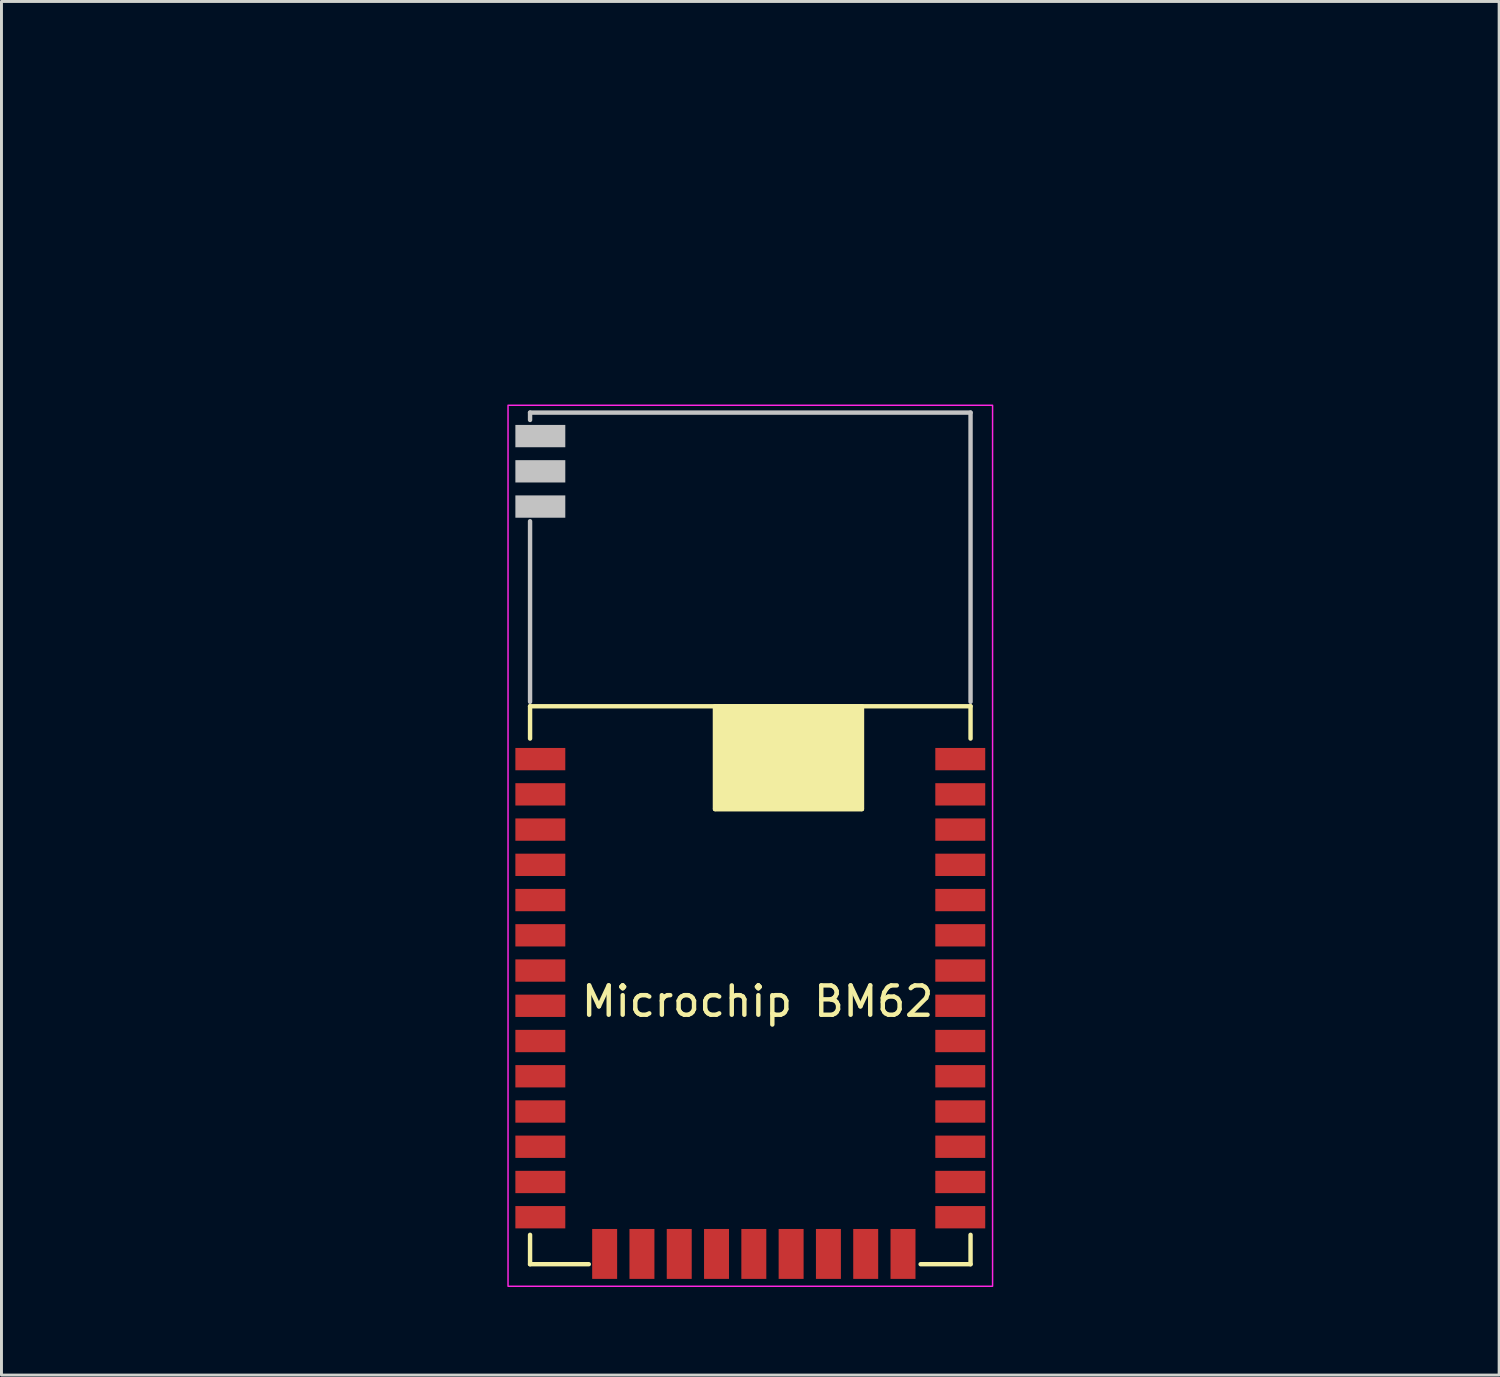
<source format=kicad_pcb>
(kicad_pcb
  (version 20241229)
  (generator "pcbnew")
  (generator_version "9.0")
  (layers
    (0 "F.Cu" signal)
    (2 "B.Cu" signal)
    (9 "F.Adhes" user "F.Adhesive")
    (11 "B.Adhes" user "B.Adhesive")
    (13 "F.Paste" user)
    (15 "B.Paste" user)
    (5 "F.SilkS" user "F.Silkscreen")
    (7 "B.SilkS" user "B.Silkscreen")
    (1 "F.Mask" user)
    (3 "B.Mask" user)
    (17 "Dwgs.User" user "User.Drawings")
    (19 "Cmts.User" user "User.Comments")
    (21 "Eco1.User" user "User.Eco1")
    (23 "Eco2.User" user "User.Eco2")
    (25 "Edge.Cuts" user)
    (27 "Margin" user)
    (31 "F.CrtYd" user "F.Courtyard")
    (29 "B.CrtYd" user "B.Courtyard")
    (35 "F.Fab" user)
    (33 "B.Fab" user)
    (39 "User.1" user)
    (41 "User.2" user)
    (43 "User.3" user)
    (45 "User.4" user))
  (footprint "Microchip BM62"
    (layer "F.Cu")
    (at 15 40)
    (property "Reference" "Microchip BM62" (at 7.75 -8.95 0) (layer "F.SilkS") (effects (font (size 1 1) (thickness 0.15))))
    (attr through_hole)
    (fp_line (start 0 -19) (end 0 -17.9) (stroke (width 0.15) (type solid)) (layer "F.SilkS"))
    (fp_line (start 0 -19) (end 15 -19) (stroke (width 0.15) (type solid)) (layer "F.SilkS"))
    (fp_line (start 0 -1) (end 0 0) (stroke (width 0.15) (type solid)) (layer "F.SilkS"))
    (fp_line (start 0 0) (end 2 0) (stroke (width 0.15) (type solid)) (layer "F.SilkS"))
    (fp_line (start 6.3 -19) (end 6.3 -15.5) (stroke (width 0.15) (type solid)) (layer "F.SilkS"))
    (fp_line (start 6.3 -15.5) (end 11.3 -15.5) (stroke (width 0.15) (type solid)) (layer "F.SilkS"))
    (fp_line (start 11.3 -15.5) (end 11.3 -19) (stroke (width 0.15) (type solid)) (layer "F.SilkS"))
    (fp_line (start 15 -19) (end 15 -17.9) (stroke (width 0.15) (type solid)) (layer "F.SilkS"))
    (fp_line (start 15 -1) (end 15 0) (stroke (width 0.15) (type solid)) (layer "F.SilkS"))
    (fp_line (start 15 0) (end 13.3 0) (stroke (width 0.15) (type solid)) (layer "F.SilkS"))
    (fp_poly (pts (xy 6.3 -19) (xy 11.3 -19) (xy 11.3 -15.5) (xy 6.3 -15.5)) (stroke (width 0.15) (type solid)) (fill yes) (layer "F.SilkS"))
    (fp_line (start 0 -29) (end 15 -29) (stroke (width 0.15) (type solid)) (layer "Dwgs.User"))
    (fp_line (start 0 -28.75) (end 0 -29) (stroke (width 0.15) (type solid)) (layer "Dwgs.User"))
    (fp_line (start 0 -19.15) (end 0 -25.3) (stroke (width 0.15) (type solid)) (layer "Dwgs.User"))
    (fp_line (start 15 -29) (end 15 -19.15) (stroke (width 0.15) (type solid)) (layer "Dwgs.User"))
    (fp_rect (start -0.75 0.75) (end 15.75 -29.25) (stroke (width 0.05) (type default)) (fill no) (layer "F.CrtYd"))
    (pad "" smd trapezoid (at 0.35 -28.2 90) (size 0.76 1.7) (layers "Dwgs.User"))
    (pad "" smd trapezoid (at 0.35 -27 90) (size 0.76 1.7) (layers "Dwgs.User"))
    (pad "" smd trapezoid (at 0.35 -25.8 90) (size 0.76 1.7) (layers "Dwgs.User"))
    (pad "1" smd trapezoid (at 0.35 -17.2 90) (size 0.76 1.7) (layers "F.Cu" "F.Mask" "F.Paste"))
    (pad "2" smd trapezoid (at 0.35 -16 90) (size 0.76 1.7) (layers "F.Cu" "F.Mask" "F.Paste"))
    (pad "3" smd trapezoid (at 0.35 -14.8 90) (size 0.76 1.7) (layers "F.Cu" "F.Mask" "F.Paste"))
    (pad "4" smd trapezoid (at 0.35 -13.6 90) (size 0.76 1.7) (layers "F.Cu" "F.Mask" "F.Paste"))
    (pad "5" smd trapezoid (at 0.35 -12.4 90) (size 0.76 1.7) (layers "F.Cu" "F.Mask" "F.Paste"))
    (pad "6" smd trapezoid (at 0.35 -11.2 90) (size 0.76 1.7) (layers "F.Cu" "F.Mask" "F.Paste"))
    (pad "7" smd trapezoid (at 0.35 -10 90) (size 0.76 1.7) (layers "F.Cu" "F.Mask" "F.Paste"))
    (pad "8" smd trapezoid (at 0.35 -8.8 90) (size 0.76 1.7) (layers "F.Cu" "F.Mask" "F.Paste"))
    (pad "9" smd trapezoid (at 0.35 -7.6 90) (size 0.76 1.7) (layers "F.Cu" "F.Mask" "F.Paste"))
    (pad "10" smd trapezoid (at 0.35 -6.4 90) (size 0.76 1.7) (layers "F.Cu" "F.Mask" "F.Paste"))
    (pad "11" smd trapezoid (at 0.35 -5.2 90) (size 0.76 1.7) (layers "F.Cu" "F.Mask" "F.Paste"))
    (pad "12" smd trapezoid (at 0.35 -4 90) (size 0.76 1.7) (layers "F.Cu" "F.Mask" "F.Paste"))
    (pad "13" smd trapezoid (at 0.35 -2.8 90) (size 0.76 1.7) (layers "F.Cu" "F.Mask" "F.Paste"))
    (pad "14" smd trapezoid (at 0.35 -1.6 90) (size 0.76 1.7) (layers "F.Cu" "F.Mask" "F.Paste"))
    (pad "15" smd trapezoid (at 2.54 -0.35) (size 0.85 1.7) (layers "F.Cu" "F.Mask" "F.Paste"))
    (pad "16" smd trapezoid (at 3.81 -0.35) (size 0.85 1.7) (layers "F.Cu" "F.Mask" "F.Paste"))
    (pad "17" smd trapezoid (at 5.08 -0.35) (size 0.85 1.7) (layers "F.Cu" "F.Mask" "F.Paste"))
    (pad "18" smd trapezoid (at 6.35 -0.35) (size 0.85 1.7) (layers "F.Cu" "F.Mask" "F.Paste"))
    (pad "19" smd trapezoid (at 7.62 -0.35) (size 0.85 1.7) (layers "F.Cu" "F.Mask" "F.Paste"))
    (pad "20" smd trapezoid (at 8.89 -0.35) (size 0.85 1.7) (layers "F.Cu" "F.Mask" "F.Paste"))
    (pad "21" smd trapezoid (at 10.16 -0.35) (size 0.85 1.7) (layers "F.Cu" "F.Mask" "F.Paste"))
    (pad "22" smd trapezoid (at 11.43 -0.35) (size 0.85 1.7) (layers "F.Cu" "F.Mask" "F.Paste"))
    (pad "23" smd trapezoid (at 12.7 -0.35) (size 0.85 1.7) (layers "F.Cu" "F.Mask" "F.Paste"))
    (pad "24" smd trapezoid (at 14.65 -1.6 90) (size 0.76 1.7) (layers "F.Cu" "F.Mask" "F.Paste"))
    (pad "25" smd trapezoid (at 14.65 -2.8 90) (size 0.76 1.7) (layers "F.Cu" "F.Mask" "F.Paste"))
    (pad "26" smd trapezoid (at 14.65 -4 90) (size 0.76 1.7) (layers "F.Cu" "F.Mask" "F.Paste"))
    (pad "27" smd trapezoid (at 14.65 -5.2 90) (size 0.76 1.7) (layers "F.Cu" "F.Mask" "F.Paste"))
    (pad "28" smd trapezoid (at 14.65 -6.4 90) (size 0.76 1.7) (layers "F.Cu" "F.Mask" "F.Paste"))
    (pad "29" smd trapezoid (at 14.65 -7.6 90) (size 0.76 1.7) (layers "F.Cu" "F.Mask" "F.Paste"))
    (pad "30" smd trapezoid (at 14.65 -8.8 90) (size 0.76 1.7) (layers "F.Cu" "F.Mask" "F.Paste"))
    (pad "31" smd trapezoid (at 14.65 -10 90) (size 0.76 1.7) (layers "F.Cu" "F.Mask" "F.Paste"))
    (pad "32" smd trapezoid (at 14.65 -11.2 90) (size 0.76 1.7) (layers "F.Cu" "F.Mask" "F.Paste"))
    (pad "33" smd trapezoid (at 14.65 -12.4 90) (size 0.76 1.7) (layers "F.Cu" "F.Mask" "F.Paste"))
    (pad "34" smd trapezoid (at 14.65 -13.6 90) (size 0.76 1.7) (layers "F.Cu" "F.Mask" "F.Paste"))
    (pad "35" smd trapezoid (at 14.65 -14.8 90) (size 0.76 1.7) (layers "F.Cu" "F.Mask" "F.Paste"))
    (pad "36" smd trapezoid (at 14.65 -16 90) (size 0.76 1.7) (layers "F.Cu" "F.Mask" "F.Paste"))
    (pad "37" smd trapezoid (at 14.65 -17.2 90) (size 0.76 1.7) (layers "F.Cu" "F.Mask" "F.Paste"))
    (zone (net_name "") (layer "F.Cu") (hatch edge 0.5) (connect_pads) (min_thickness 0.25) (filled_areas_thickness no) (keepout (tracks not_allowed) (vias not_allowed) (pads not_allowed) (copperpour not_allowed) (footprints not_allowed)) (placement (enabled no)) (fill) (polygon (pts (xy 16.2 22.4) (xy 15 22.4) (xy 15 21) (xy 30 21) (xy 30 22.4) (xy 28.8 22.4) (xy 28.8 38.8) (xy 30 38.8) (xy 30 40) (xy 28.2 40) (xy 28.2 38.8) (xy 17.1 38.8) (xy 17.1 40) (xy 15 40) (xy 15 38.8) (xy 16.2 38.8))))
    (zone (net_name "") (layers "F.Cu" "B.Cu") (hatch edge 0.5) (connect_pads) (min_thickness 0.25) (filled_areas_thickness no) (keepout (tracks not_allowed) (vias not_allowed) (pads not_allowed) (copperpour not_allowed) (footprints not_allowed)) (placement (enabled no)) (fill) (polygon (pts (xy 0 21) (xy 0 0) (xy 45 0) (xy 45 21)))))
  (gr_rect
    (start -3 -3)
    (end 48 43.775)
    (stroke (width 0.1) (type default))
    (fill no)
    (layer "Edge.Cuts")))
</source>
